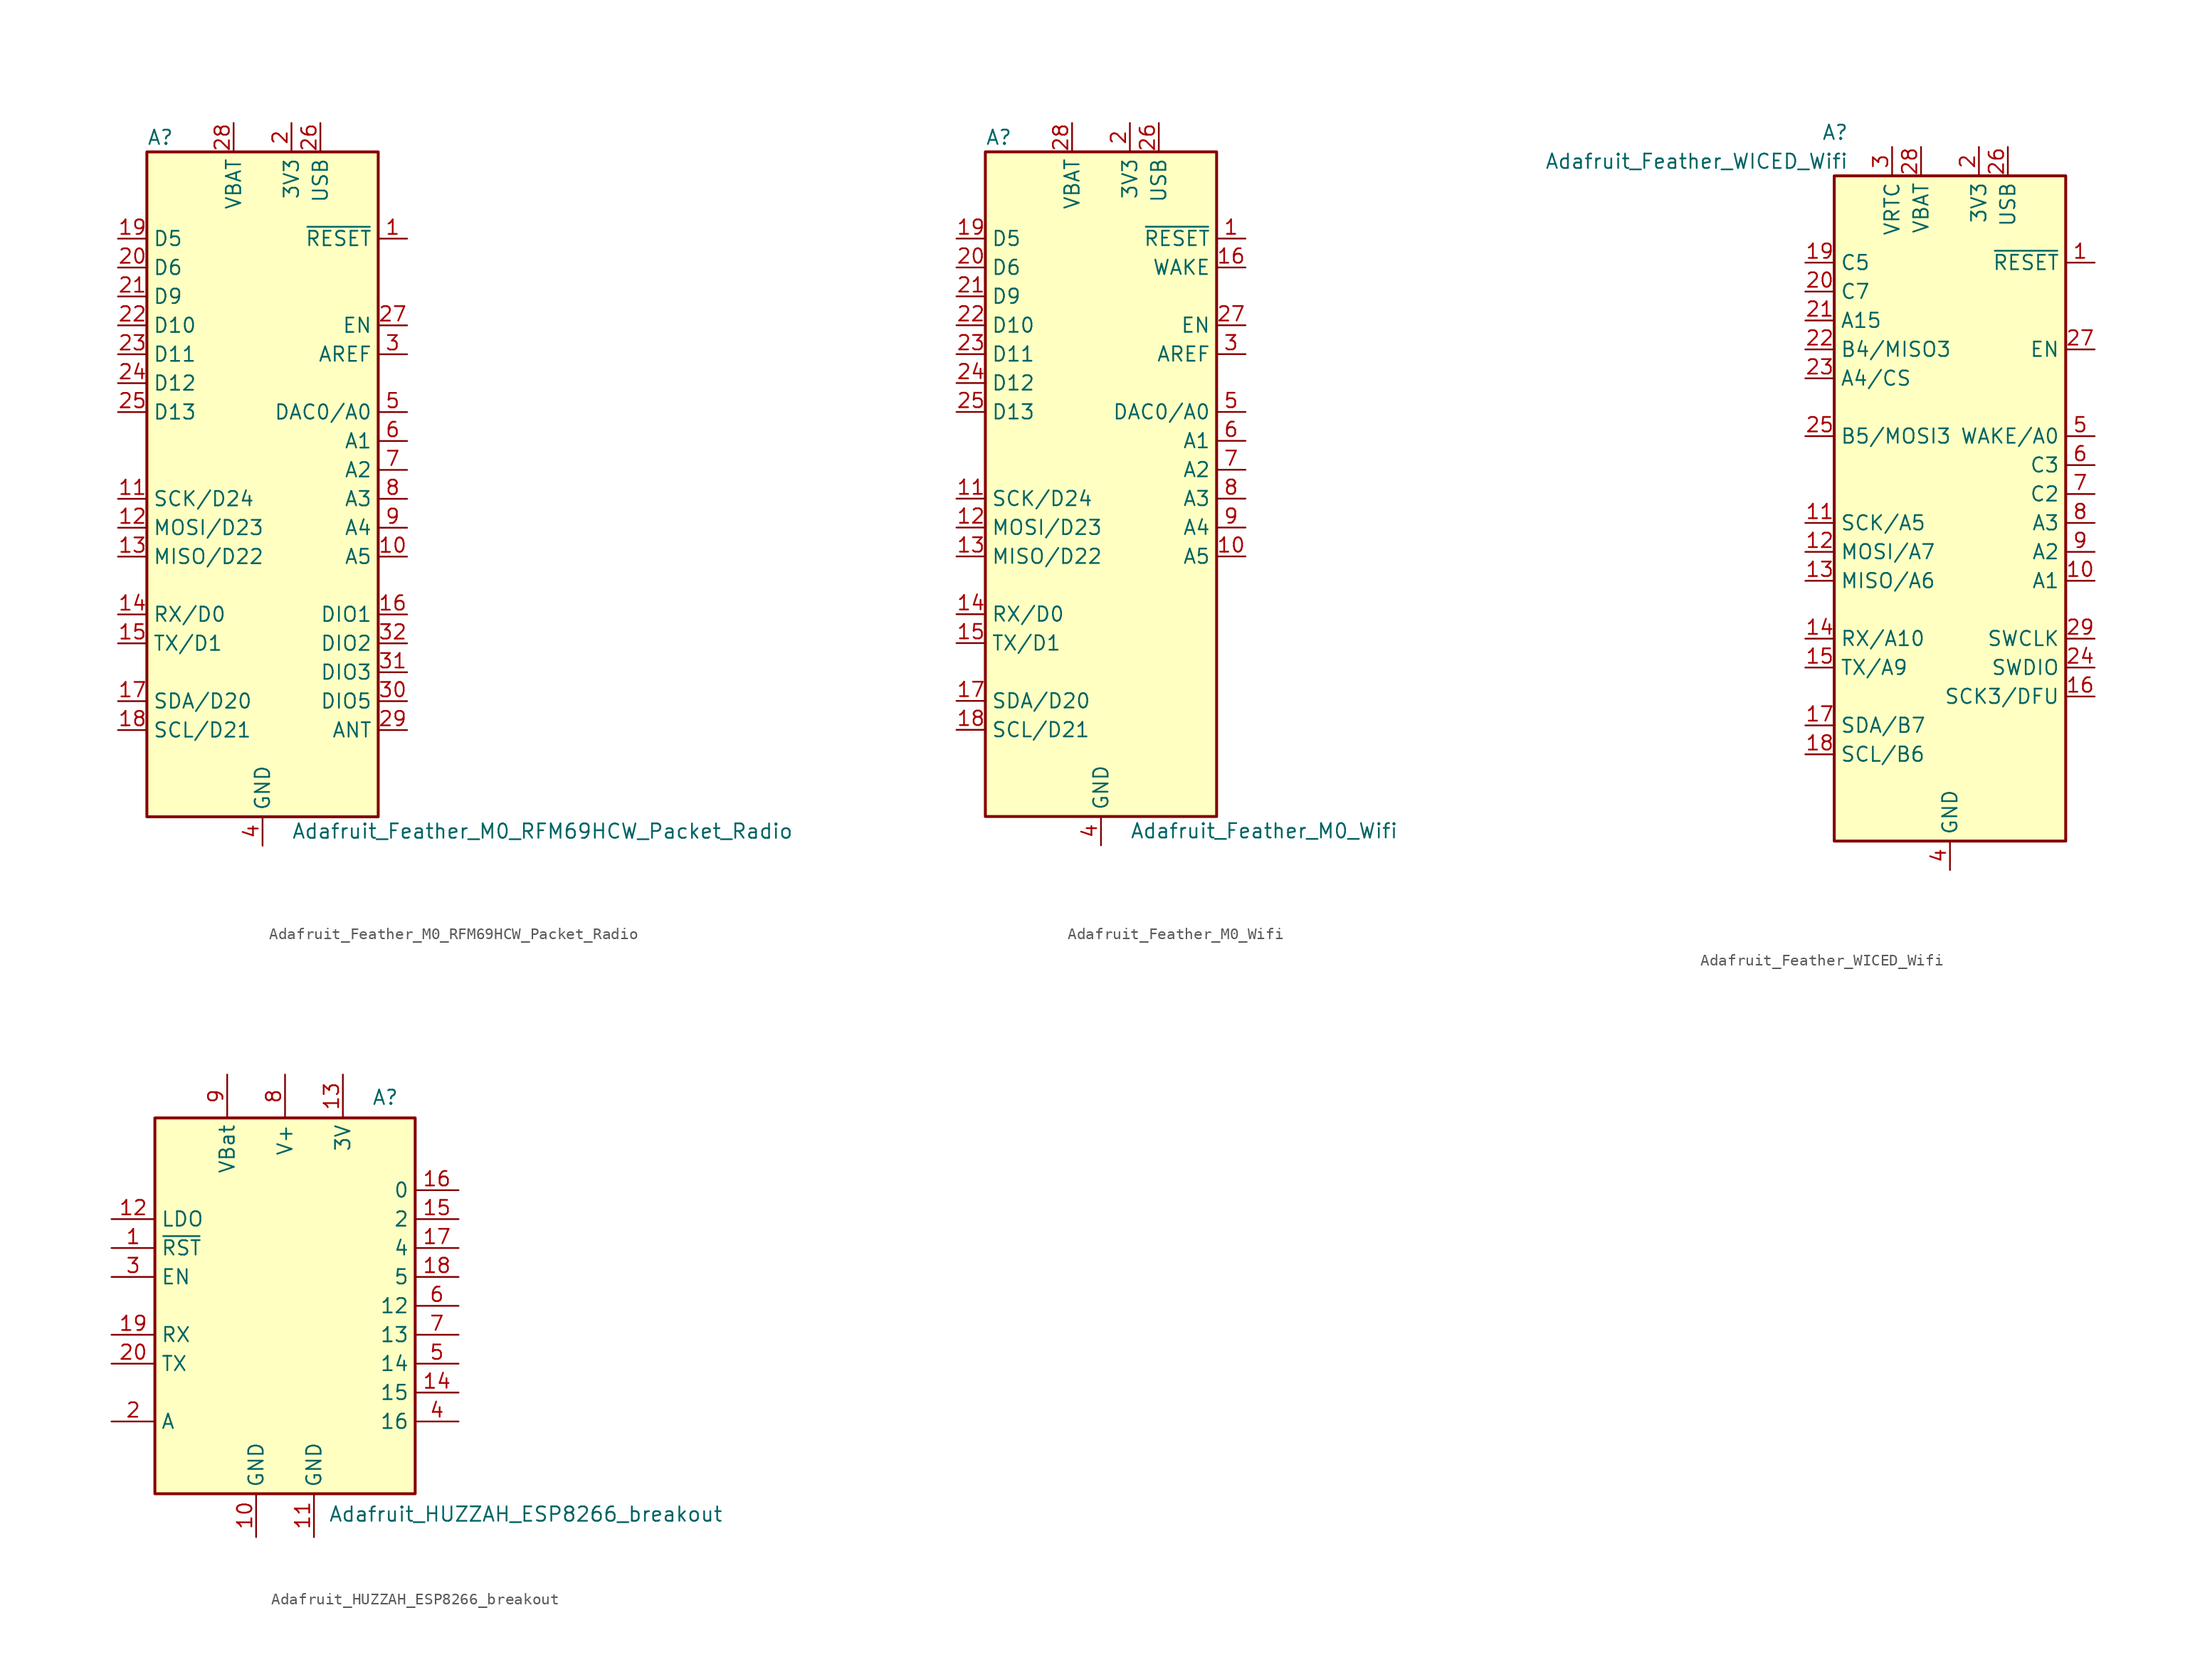
<source format=kicad_sym>
(kicad_symbol_lib
  (version 20201005)
  (generator kicad_symbol_editor)
  (symbol "Adafruit_Feather_M0_RFM69HCW_Packet_Radio"
    (property "Reference" "A"
      (at -10.16 29.21 0)
      (effects (font (size 1.27 1.27)) (justify left)))
    (property "Value" "Adafruit_Feather_M0_RFM69HCW_Packet_Radio"
      (at 2.54 -31.75 0)
      (effects (font (size 1.27 1.27)) (justify left)))
    (symbol "Adafruit_Feather_M0_RFM69HCW_Packet_Radio_0_1"
      (rectangle (start -10.16 27.94) (end 10.16 -30.48) (stroke (width 0.254)) (fill (type background))))
    (symbol "Adafruit_Feather_M0_RFM69HCW_Packet_Radio_1_1"
      (pin input line (at 12.7 20.32 180) (length 2.54) (name "~RESET" (effects (font (size 1.27 1.27)))) (number "1" (effects (font (size 1.27 1.27)))))
      (pin bidirectional line (at 12.7 -7.62 180) (length 2.54) (name "A5" (effects (font (size 1.27 1.27)))) (number "10" (effects (font (size 1.27 1.27)))))
      (pin bidirectional line (at -12.7 -2.54 0) (length 2.54) (name "SCK/D24" (effects (font (size 1.27 1.27)))) (number "11" (effects (font (size 1.27 1.27)))))
      (pin bidirectional line (at -12.7 -5.08 0) (length 2.54) (name "MOSI/D23" (effects (font (size 1.27 1.27)))) (number "12" (effects (font (size 1.27 1.27)))))
      (pin bidirectional line (at -12.7 -7.62 0) (length 2.54) (name "MISO/D22" (effects (font (size 1.27 1.27)))) (number "13" (effects (font (size 1.27 1.27)))))
      (pin bidirectional line (at -12.7 -12.7 0) (length 2.54) (name "RX/D0" (effects (font (size 1.27 1.27)))) (number "14" (effects (font (size 1.27 1.27)))))
      (pin bidirectional line (at -12.7 -15.24 0) (length 2.54) (name "TX/D1" (effects (font (size 1.27 1.27)))) (number "15" (effects (font (size 1.27 1.27)))))
      (pin bidirectional line (at 12.7 -12.7 180) (length 2.54) (name "DIO1" (effects (font (size 1.27 1.27)))) (number "16" (effects (font (size 1.27 1.27)))))
      (pin bidirectional line (at -12.7 -20.32 0) (length 2.54) (name "SDA/D20" (effects (font (size 1.27 1.27)))) (number "17" (effects (font (size 1.27 1.27)))))
      (pin bidirectional line (at -12.7 -22.86 0) (length 2.54) (name "SCL/D21" (effects (font (size 1.27 1.27)))) (number "18" (effects (font (size 1.27 1.27)))))
      (pin bidirectional line (at -12.7 20.32 0) (length 2.54) (name "D5" (effects (font (size 1.27 1.27)))) (number "19" (effects (font (size 1.27 1.27)))))
      (pin power_in line (at 2.54 30.48 270) (length 2.54) (name "3V3" (effects (font (size 1.27 1.27)))) (number "2" (effects (font (size 1.27 1.27)))))
      (pin bidirectional line (at -12.7 17.78 0) (length 2.54) (name "D6" (effects (font (size 1.27 1.27)))) (number "20" (effects (font (size 1.27 1.27)))))
      (pin bidirectional line (at -12.7 15.24 0) (length 2.54) (name "D9" (effects (font (size 1.27 1.27)))) (number "21" (effects (font (size 1.27 1.27)))))
      (pin bidirectional line (at -12.7 12.7 0) (length 2.54) (name "D10" (effects (font (size 1.27 1.27)))) (number "22" (effects (font (size 1.27 1.27)))))
      (pin bidirectional line (at -12.7 10.16 0) (length 2.54) (name "D11" (effects (font (size 1.27 1.27)))) (number "23" (effects (font (size 1.27 1.27)))))
      (pin bidirectional line (at -12.7 7.62 0) (length 2.54) (name "D12" (effects (font (size 1.27 1.27)))) (number "24" (effects (font (size 1.27 1.27)))))
      (pin bidirectional line (at -12.7 5.08 0) (length 2.54) (name "D13" (effects (font (size 1.27 1.27)))) (number "25" (effects (font (size 1.27 1.27)))))
      (pin power_in line (at 5.08 30.48 270) (length 2.54) (name "USB" (effects (font (size 1.27 1.27)))) (number "26" (effects (font (size 1.27 1.27)))))
      (pin input line (at 12.7 12.7 180) (length 2.54) (name "EN" (effects (font (size 1.27 1.27)))) (number "27" (effects (font (size 1.27 1.27)))))
      (pin power_in line (at -2.54 30.48 270) (length 2.54) (name "VBAT" (effects (font (size 1.27 1.27)))) (number "28" (effects (font (size 1.27 1.27)))))
      (pin bidirectional line (at 12.7 -22.86 180) (length 2.54) (name "ANT" (effects (font (size 1.27 1.27)))) (number "29" (effects (font (size 1.27 1.27)))))
      (pin input line (at 12.7 10.16 180) (length 2.54) (name "AREF" (effects (font (size 1.27 1.27)))) (number "3" (effects (font (size 1.27 1.27)))))
      (pin bidirectional line (at 12.7 -20.32 180) (length 2.54) (name "DIO5" (effects (font (size 1.27 1.27)))) (number "30" (effects (font (size 1.27 1.27)))))
      (pin bidirectional line (at 12.7 -17.78 180) (length 2.54) (name "DIO3" (effects (font (size 1.27 1.27)))) (number "31" (effects (font (size 1.27 1.27)))))
      (pin bidirectional line (at 12.7 -15.24 180) (length 2.54) (name "DIO2" (effects (font (size 1.27 1.27)))) (number "32" (effects (font (size 1.27 1.27)))))
      (pin power_in line (at 0 -33.02 90) (length 2.54) (name "GND" (effects (font (size 1.27 1.27)))) (number "4" (effects (font (size 1.27 1.27)))))
      (pin bidirectional line (at 12.7 5.08 180) (length 2.54) (name "DAC0/A0" (effects (font (size 1.27 1.27)))) (number "5" (effects (font (size 1.27 1.27)))))
      (pin bidirectional line (at 12.7 2.54 180) (length 2.54) (name "A1" (effects (font (size 1.27 1.27)))) (number "6" (effects (font (size 1.27 1.27)))))
      (pin bidirectional line (at 12.7 0 180) (length 2.54) (name "A2" (effects (font (size 1.27 1.27)))) (number "7" (effects (font (size 1.27 1.27)))))
      (pin bidirectional line (at 12.7 -2.54 180) (length 2.54) (name "A3" (effects (font (size 1.27 1.27)))) (number "8" (effects (font (size 1.27 1.27)))))
      (pin bidirectional line (at 12.7 -5.08 180) (length 2.54) (name "A4" (effects (font (size 1.27 1.27)))) (number "9" (effects (font (size 1.27 1.27)))))))
  (symbol "Adafruit_Feather_M0_Wifi"
    (property "Reference" "A"
      (at -10.16 29.21 0)
      (effects (font (size 1.27 1.27)) (justify left)))
    (property "Value" "Adafruit_Feather_M0_Wifi"
      (at 2.54 -31.75 0)
      (effects (font (size 1.27 1.27)) (justify left)))
    (symbol "Adafruit_Feather_M0_Wifi_0_1"
      (rectangle (start -10.16 27.94) (end 10.16 -30.48) (stroke (width 0.254)) (fill (type background))))
    (symbol "Adafruit_Feather_M0_Wifi_1_1"
      (pin input line (at 12.7 20.32 180) (length 2.54) (name "~RESET" (effects (font (size 1.27 1.27)))) (number "1" (effects (font (size 1.27 1.27)))))
      (pin bidirectional line (at 12.7 -7.62 180) (length 2.54) (name "A5" (effects (font (size 1.27 1.27)))) (number "10" (effects (font (size 1.27 1.27)))))
      (pin bidirectional line (at -12.7 -2.54 0) (length 2.54) (name "SCK/D24" (effects (font (size 1.27 1.27)))) (number "11" (effects (font (size 1.27 1.27)))))
      (pin bidirectional line (at -12.7 -5.08 0) (length 2.54) (name "MOSI/D23" (effects (font (size 1.27 1.27)))) (number "12" (effects (font (size 1.27 1.27)))))
      (pin bidirectional line (at -12.7 -7.62 0) (length 2.54) (name "MISO/D22" (effects (font (size 1.27 1.27)))) (number "13" (effects (font (size 1.27 1.27)))))
      (pin bidirectional line (at -12.7 -12.7 0) (length 2.54) (name "RX/D0" (effects (font (size 1.27 1.27)))) (number "14" (effects (font (size 1.27 1.27)))))
      (pin bidirectional line (at -12.7 -15.24 0) (length 2.54) (name "TX/D1" (effects (font (size 1.27 1.27)))) (number "15" (effects (font (size 1.27 1.27)))))
      (pin input line (at 12.7 17.78 180) (length 2.54) (name "WAKE" (effects (font (size 1.27 1.27)))) (number "16" (effects (font (size 1.27 1.27)))))
      (pin bidirectional line (at -12.7 -20.32 0) (length 2.54) (name "SDA/D20" (effects (font (size 1.27 1.27)))) (number "17" (effects (font (size 1.27 1.27)))))
      (pin bidirectional line (at -12.7 -22.86 0) (length 2.54) (name "SCL/D21" (effects (font (size 1.27 1.27)))) (number "18" (effects (font (size 1.27 1.27)))))
      (pin bidirectional line (at -12.7 20.32 0) (length 2.54) (name "D5" (effects (font (size 1.27 1.27)))) (number "19" (effects (font (size 1.27 1.27)))))
      (pin power_in line (at 2.54 30.48 270) (length 2.54) (name "3V3" (effects (font (size 1.27 1.27)))) (number "2" (effects (font (size 1.27 1.27)))))
      (pin bidirectional line (at -12.7 17.78 0) (length 2.54) (name "D6" (effects (font (size 1.27 1.27)))) (number "20" (effects (font (size 1.27 1.27)))))
      (pin bidirectional line (at -12.7 15.24 0) (length 2.54) (name "D9" (effects (font (size 1.27 1.27)))) (number "21" (effects (font (size 1.27 1.27)))))
      (pin bidirectional line (at -12.7 12.7 0) (length 2.54) (name "D10" (effects (font (size 1.27 1.27)))) (number "22" (effects (font (size 1.27 1.27)))))
      (pin bidirectional line (at -12.7 10.16 0) (length 2.54) (name "D11" (effects (font (size 1.27 1.27)))) (number "23" (effects (font (size 1.27 1.27)))))
      (pin bidirectional line (at -12.7 7.62 0) (length 2.54) (name "D12" (effects (font (size 1.27 1.27)))) (number "24" (effects (font (size 1.27 1.27)))))
      (pin bidirectional line (at -12.7 5.08 0) (length 2.54) (name "D13" (effects (font (size 1.27 1.27)))) (number "25" (effects (font (size 1.27 1.27)))))
      (pin power_in line (at 5.08 30.48 270) (length 2.54) (name "USB" (effects (font (size 1.27 1.27)))) (number "26" (effects (font (size 1.27 1.27)))))
      (pin input line (at 12.7 12.7 180) (length 2.54) (name "EN" (effects (font (size 1.27 1.27)))) (number "27" (effects (font (size 1.27 1.27)))))
      (pin power_in line (at -2.54 30.48 270) (length 2.54) (name "VBAT" (effects (font (size 1.27 1.27)))) (number "28" (effects (font (size 1.27 1.27)))))
      (pin input line (at 12.7 10.16 180) (length 2.54) (name "AREF" (effects (font (size 1.27 1.27)))) (number "3" (effects (font (size 1.27 1.27)))))
      (pin power_in line (at 0 -33.02 90) (length 2.54) (name "GND" (effects (font (size 1.27 1.27)))) (number "4" (effects (font (size 1.27 1.27)))))
      (pin bidirectional line (at 12.7 5.08 180) (length 2.54) (name "DAC0/A0" (effects (font (size 1.27 1.27)))) (number "5" (effects (font (size 1.27 1.27)))))
      (pin bidirectional line (at 12.7 2.54 180) (length 2.54) (name "A1" (effects (font (size 1.27 1.27)))) (number "6" (effects (font (size 1.27 1.27)))))
      (pin bidirectional line (at 12.7 0 180) (length 2.54) (name "A2" (effects (font (size 1.27 1.27)))) (number "7" (effects (font (size 1.27 1.27)))))
      (pin bidirectional line (at 12.7 -2.54 180) (length 2.54) (name "A3" (effects (font (size 1.27 1.27)))) (number "8" (effects (font (size 1.27 1.27)))))
      (pin bidirectional line (at 12.7 -5.08 180) (length 2.54) (name "A4" (effects (font (size 1.27 1.27)))) (number "9" (effects (font (size 1.27 1.27)))))))
  (symbol "Adafruit_Feather_WICED_Wifi"
    (property "Reference" "A"
      (at -8.89 31.75 0)
      (effects (font (size 1.27 1.27)) (justify right)))
    (property "Value" "Adafruit_Feather_WICED_Wifi"
      (at -8.89 29.21 0)
      (effects (font (size 1.27 1.27)) (justify right)))
    (symbol "Adafruit_Feather_WICED_Wifi_0_1"
      (rectangle (start -10.16 27.94) (end 10.16 -30.48) (stroke (width 0.254)) (fill (type background))))
    (symbol "Adafruit_Feather_WICED_Wifi_1_1"
      (pin input line (at 12.7 20.32 180) (length 2.54) (name "~RESET" (effects (font (size 1.27 1.27)))) (number "1" (effects (font (size 1.27 1.27)))))
      (pin bidirectional line (at 12.7 -7.62 180) (length 2.54) (name "A1" (effects (font (size 1.27 1.27)))) (number "10" (effects (font (size 1.27 1.27)))))
      (pin bidirectional line (at -12.7 -2.54 0) (length 2.54) (name "SCK/A5" (effects (font (size 1.27 1.27)))) (number "11" (effects (font (size 1.27 1.27)))))
      (pin bidirectional line (at -12.7 -5.08 0) (length 2.54) (name "MOSI/A7" (effects (font (size 1.27 1.27)))) (number "12" (effects (font (size 1.27 1.27)))))
      (pin bidirectional line (at -12.7 -7.62 0) (length 2.54) (name "MISO/A6" (effects (font (size 1.27 1.27)))) (number "13" (effects (font (size 1.27 1.27)))))
      (pin bidirectional line (at -12.7 -12.7 0) (length 2.54) (name "RX/A10" (effects (font (size 1.27 1.27)))) (number "14" (effects (font (size 1.27 1.27)))))
      (pin bidirectional line (at -12.7 -15.24 0) (length 2.54) (name "TX/A9" (effects (font (size 1.27 1.27)))) (number "15" (effects (font (size 1.27 1.27)))))
      (pin bidirectional line (at 12.7 -17.78 180) (length 2.54) (name "SCK3/DFU" (effects (font (size 1.27 1.27)))) (number "16" (effects (font (size 1.27 1.27)))))
      (pin bidirectional line (at -12.7 -20.32 0) (length 2.54) (name "SDA/B7" (effects (font (size 1.27 1.27)))) (number "17" (effects (font (size 1.27 1.27)))))
      (pin bidirectional line (at -12.7 -22.86 0) (length 2.54) (name "SCL/B6" (effects (font (size 1.27 1.27)))) (number "18" (effects (font (size 1.27 1.27)))))
      (pin bidirectional line (at -12.7 20.32 0) (length 2.54) (name "C5" (effects (font (size 1.27 1.27)))) (number "19" (effects (font (size 1.27 1.27)))))
      (pin power_in line (at 2.54 30.48 270) (length 2.54) (name "3V3" (effects (font (size 1.27 1.27)))) (number "2" (effects (font (size 1.27 1.27)))))
      (pin bidirectional line (at -12.7 17.78 0) (length 2.54) (name "C7" (effects (font (size 1.27 1.27)))) (number "20" (effects (font (size 1.27 1.27)))))
      (pin bidirectional line (at -12.7 15.24 0) (length 2.54) (name "A15" (effects (font (size 1.27 1.27)))) (number "21" (effects (font (size 1.27 1.27)))))
      (pin bidirectional line (at -12.7 12.7 0) (length 2.54) (name "B4/MISO3" (effects (font (size 1.27 1.27)))) (number "22" (effects (font (size 1.27 1.27)))))
      (pin bidirectional line (at -12.7 10.16 0) (length 2.54) (name "A4/CS" (effects (font (size 1.27 1.27)))) (number "23" (effects (font (size 1.27 1.27)))))
      (pin bidirectional line (at 12.7 -15.24 180) (length 2.54) (name "SWDIO" (effects (font (size 1.27 1.27)))) (number "24" (effects (font (size 1.27 1.27)))))
      (pin bidirectional line (at -12.7 5.08 0) (length 2.54) (name "B5/MOSI3" (effects (font (size 1.27 1.27)))) (number "25" (effects (font (size 1.27 1.27)))))
      (pin power_in line (at 5.08 30.48 270) (length 2.54) (name "USB" (effects (font (size 1.27 1.27)))) (number "26" (effects (font (size 1.27 1.27)))))
      (pin input line (at 12.7 12.7 180) (length 2.54) (name "EN" (effects (font (size 1.27 1.27)))) (number "27" (effects (font (size 1.27 1.27)))))
      (pin power_in line (at -2.54 30.48 270) (length 2.54) (name "VBAT" (effects (font (size 1.27 1.27)))) (number "28" (effects (font (size 1.27 1.27)))))
      (pin bidirectional line (at 12.7 -12.7 180) (length 2.54) (name "SWCLK" (effects (font (size 1.27 1.27)))) (number "29" (effects (font (size 1.27 1.27)))))
      (pin power_in line (at -5.08 30.48 270) (length 2.54) (name "VRTC" (effects (font (size 1.27 1.27)))) (number "3" (effects (font (size 1.27 1.27)))))
      (pin power_in line (at 0 -33.02 90) (length 2.54) (name "GND" (effects (font (size 1.27 1.27)))) (number "4" (effects (font (size 1.27 1.27)))))
      (pin bidirectional line (at 12.7 5.08 180) (length 2.54) (name "WAKE/A0" (effects (font (size 1.27 1.27)))) (number "5" (effects (font (size 1.27 1.27)))))
      (pin bidirectional line (at 12.7 2.54 180) (length 2.54) (name "C3" (effects (font (size 1.27 1.27)))) (number "6" (effects (font (size 1.27 1.27)))))
      (pin bidirectional line (at 12.7 0 180) (length 2.54) (name "C2" (effects (font (size 1.27 1.27)))) (number "7" (effects (font (size 1.27 1.27)))))
      (pin bidirectional line (at 12.7 -2.54 180) (length 2.54) (name "A3" (effects (font (size 1.27 1.27)))) (number "8" (effects (font (size 1.27 1.27)))))
      (pin bidirectional line (at 12.7 -5.08 180) (length 2.54) (name "A2" (effects (font (size 1.27 1.27)))) (number "9" (effects (font (size 1.27 1.27)))))))
  (symbol "Adafruit_HUZZAH_ESP8266_breakout"
    (property "Reference" "A"
      (at 7.62 19.05 0)
      (effects (font (size 1.27 1.27)) (justify left top)))
    (property "Value" "Adafruit_HUZZAH_ESP8266_breakout"
      (at 3.81 -19.05 0)
      (effects (font (size 1.27 1.27)) (justify left bottom)))
    (symbol "Adafruit_HUZZAH_ESP8266_breakout_0_1"
      (rectangle (start -11.43 16.51) (end 11.43 -16.51) (stroke (width 0.254)) (fill (type background))))
    (symbol "Adafruit_HUZZAH_ESP8266_breakout_1_1"
      (pin input line (at -15.24 5.08 0) (length 3.81) (name "~RST" (effects (font (size 1.27 1.27)))) (number "1" (effects (font (size 1.27 1.27)))))
      (pin power_in line (at -2.54 -20.32 90) (length 3.81) (name "GND" (effects (font (size 1.27 1.27)))) (number "10" (effects (font (size 1.27 1.27)))))
      (pin power_in line (at 2.54 -20.32 90) (length 3.81) (name "GND" (effects (font (size 1.27 1.27)))) (number "11" (effects (font (size 1.27 1.27)))))
      (pin input line (at -15.24 7.62 0) (length 3.81) (name "LDO" (effects (font (size 1.27 1.27)))) (number "12" (effects (font (size 1.27 1.27)))))
      (pin power_out line (at 5.08 20.32 270) (length 3.81) (name "3V" (effects (font (size 1.27 1.27)))) (number "13" (effects (font (size 1.27 1.27)))))
      (pin bidirectional line (at 15.24 -7.62 180) (length 3.81) (name "15" (effects (font (size 1.27 1.27)))) (number "14" (effects (font (size 1.27 1.27)))))
      (pin bidirectional line (at 15.24 7.62 180) (length 3.81) (name "2" (effects (font (size 1.27 1.27)))) (number "15" (effects (font (size 1.27 1.27)))))
      (pin bidirectional line (at 15.24 10.16 180) (length 3.81) (name "0" (effects (font (size 1.27 1.27)))) (number "16" (effects (font (size 1.27 1.27)))))
      (pin bidirectional line (at 15.24 5.08 180) (length 3.81) (name "4" (effects (font (size 1.27 1.27)))) (number "17" (effects (font (size 1.27 1.27)))))
      (pin bidirectional line (at 15.24 2.54 180) (length 3.81) (name "5" (effects (font (size 1.27 1.27)))) (number "18" (effects (font (size 1.27 1.27)))))
      (pin input line (at -15.24 -2.54 0) (length 3.81) (name "RX" (effects (font (size 1.27 1.27)))) (number "19" (effects (font (size 1.27 1.27)))))
      (pin input line (at -15.24 -10.16 0) (length 3.81) (name "A" (effects (font (size 1.27 1.27)))) (number "2" (effects (font (size 1.27 1.27)))))
      (pin output line (at -15.24 -5.08 0) (length 3.81) (name "TX" (effects (font (size 1.27 1.27)))) (number "20" (effects (font (size 1.27 1.27)))))
      (pin input line (at -15.24 2.54 0) (length 3.81) (name "EN" (effects (font (size 1.27 1.27)))) (number "3" (effects (font (size 1.27 1.27)))))
      (pin bidirectional line (at 15.24 -10.16 180) (length 3.81) (name "16" (effects (font (size 1.27 1.27)))) (number "4" (effects (font (size 1.27 1.27)))))
      (pin bidirectional line (at 15.24 -5.08 180) (length 3.81) (name "14" (effects (font (size 1.27 1.27)))) (number "5" (effects (font (size 1.27 1.27)))))
      (pin bidirectional line (at 15.24 0 180) (length 3.81) (name "12" (effects (font (size 1.27 1.27)))) (number "6" (effects (font (size 1.27 1.27)))))
      (pin bidirectional line (at 15.24 -2.54 180) (length 3.81) (name "13" (effects (font (size 1.27 1.27)))) (number "7" (effects (font (size 1.27 1.27)))))
      (pin power_in line (at 0 20.32 270) (length 3.81) (name "V+" (effects (font (size 1.27 1.27)))) (number "8" (effects (font (size 1.27 1.27)))))
      (pin power_in line (at -5.08 20.32 270) (length 3.81) (name "VBat" (effects (font (size 1.27 1.27)))) (number "9" (effects (font (size 1.27 1.27))))))))
</source>
